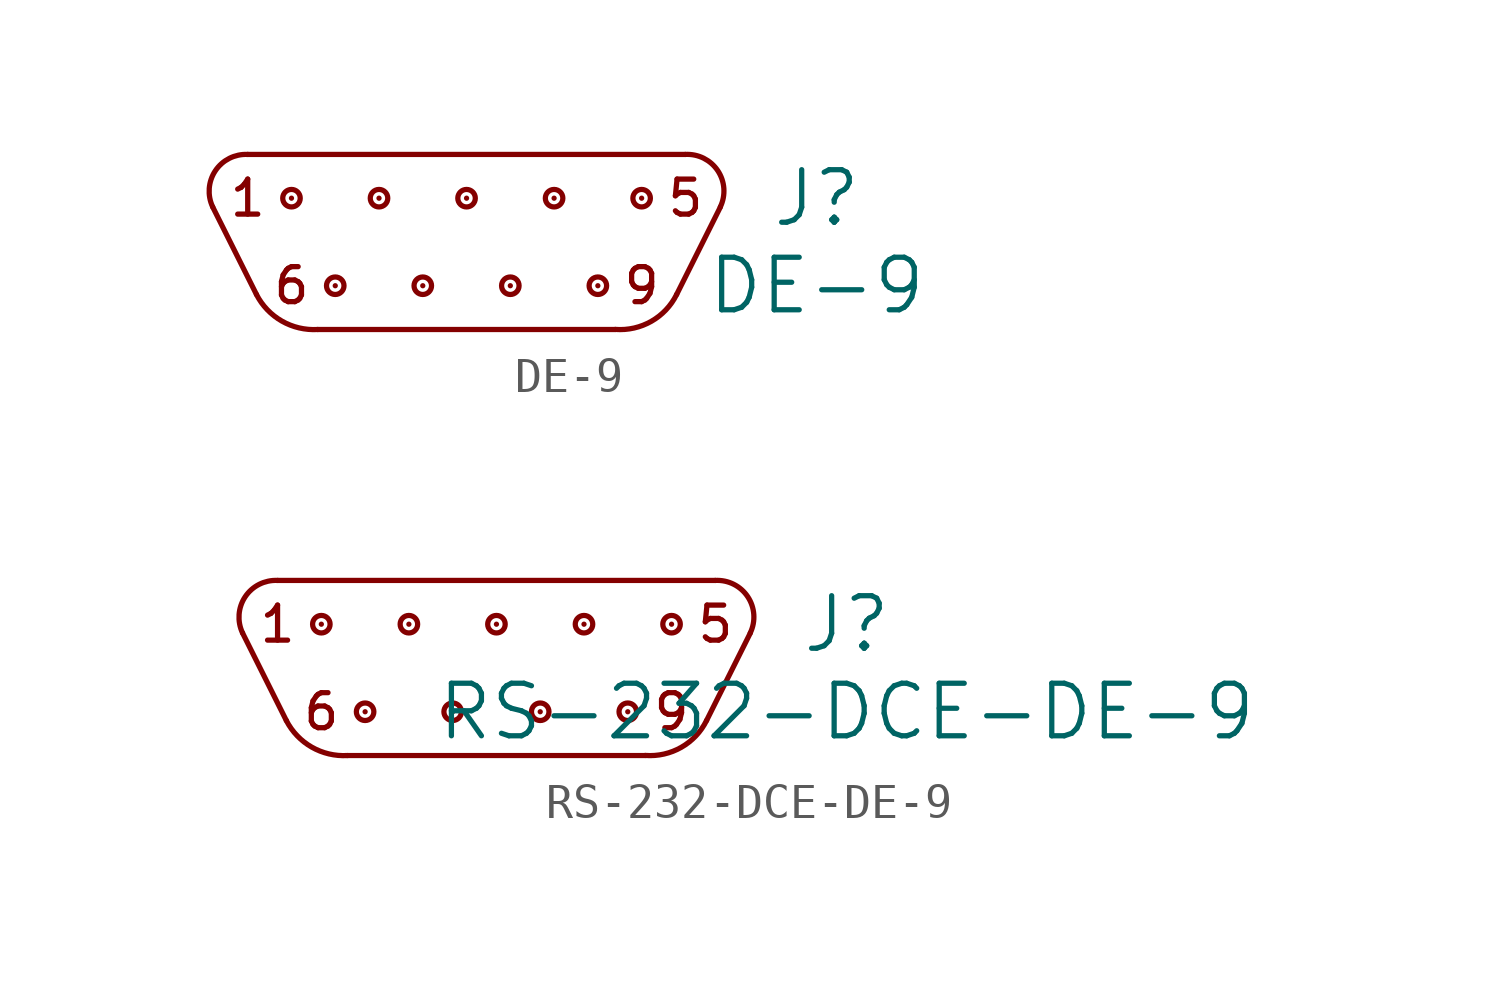
<source format=kicad_sym>
(kicad_symbol_lib
  (version 20211014)
  (generator kicad_symbol_editor)
  (symbol "DE-9"
    (pin_numbers hide)
    (pin_names
      (offset 1.016) hide)
    (property "Reference" "J"
      (at 10.16 1.27 0)
      (effects (font (size 1.524 1.524))))
    (property "Value" "DE-9"
      (at 10.16 -1.27 0)
      (effects (font (size 1.524 1.524))))
    (symbol "DE-9_0_0"
      (arc (start -6.35 2.54) (mid -7.2894 2.0656) (end -7.366 1.016) (stroke (width 0) (type default) (color 0 0 0 0)) (fill (type none)))
      (arc (start -6.096 -1.524) (mid -5.3582 -2.2965) (end -4.318 -2.54) (stroke (width 0) (type default) (color 0 0 0 0)) (fill (type none)))
      (polyline (pts (xy -7.366 1.016) (xy -6.096 -1.524)) (stroke (width 0) (type default) (color 0 0 0 0)) (fill (type none)))
      (polyline (pts (xy -6.35 2.54) (xy 6.35 2.54)) (stroke (width 0) (type default) (color 0 0 0 0)) (fill (type none)))
      (polyline (pts (xy -4.318 -2.54) (xy 4.318 -2.54)) (stroke (width 0) (type default) (color 0 0 0 0)) (fill (type none)))
      (polyline (pts (xy 7.366 1.016) (xy 6.096 -1.524)) (stroke (width 0) (type default) (color 0 0 0 0)) (fill (type none)))
      (arc (start 4.318 -2.54) (mid 5.3616 -2.3026) (end 6.096 -1.524) (stroke (width 0) (type default) (color 0 0 0 0)) (fill (type none)))
      (arc (start 7.366 1.016) (mid 7.2894 2.0656) (end 6.35 2.54) (stroke (width 0) (type default) (color 0 0 0 0)) (fill (type none)))
      (text "1" (at -6.35 1.27 0) (effects (font (size 1.016 1.016))))
      (text "5" (at 6.35 1.27 0) (effects (font (size 1.016 1.016))))
      (text "6" (at -5.08 -1.27 0) (effects (font (size 1.016 1.016))))
      (text "9" (at 5.08 -1.27 0) (effects (font (size 1.016 1.016)))))
    (symbol "DE-9_0_1"
      (circle (center -5.08 1.27) (radius 0.254) (stroke (width 0) (type default) (color 0 0 0 0)) (fill (type none)))
      (circle (center -3.81 -1.27) (radius 0.254) (stroke (width 0) (type default) (color 0 0 0 0)) (fill (type none)))
      (circle (center -2.54 1.27) (radius 0.254) (stroke (width 0) (type default) (color 0 0 0 0)) (fill (type none)))
      (circle (center -1.27 -1.27) (radius 0.254) (stroke (width 0) (type default) (color 0 0 0 0)) (fill (type none)))
      (circle (center 0 1.27) (radius 0.254) (stroke (width 0) (type default) (color 0 0 0 0)) (fill (type none)))
      (circle (center 1.27 -1.27) (radius 0.254) (stroke (width 0) (type default) (color 0 0 0 0)) (fill (type none)))
      (circle (center 2.54 1.27) (radius 0.254) (stroke (width 0) (type default) (color 0 0 0 0)) (fill (type none)))
      (circle (center 3.81 -1.27) (radius 0.254) (stroke (width 0) (type default) (color 0 0 0 0)) (fill (type none)))
      (circle (center 5.08 1.27) (radius 0.254) (stroke (width 0) (type default) (color 0 0 0 0)) (fill (type none))))
    (symbol "DE-9_1_1"
      (pin passive line (at -5.08 1.27 90) (length 0) (name "~" (effects (font (size 1.27 1.27)))) (number "1" (effects (font (size 1.27 1.27)))))
      (pin passive line (at -2.54 1.27 90) (length 0) (name "~" (effects (font (size 1.27 1.27)))) (number "2" (effects (font (size 1.27 1.27)))))
      (pin passive line (at 0 1.27 90) (length 0) (name "~" (effects (font (size 1.27 1.27)))) (number "3" (effects (font (size 1.27 1.27)))))
      (pin passive line (at 2.54 1.27 90) (length 0) (name "~" (effects (font (size 1.27 1.27)))) (number "4" (effects (font (size 1.27 1.27)))))
      (pin passive line (at 5.08 1.27 90) (length 0) (name "~" (effects (font (size 1.27 1.27)))) (number "5" (effects (font (size 1.27 1.27)))))
      (pin passive line (at -3.81 -1.27 90) (length 0) (name "~" (effects (font (size 1.27 1.27)))) (number "6" (effects (font (size 1.27 1.27)))))
      (pin passive line (at -1.27 -1.27 90) (length 0) (name "~" (effects (font (size 1.27 1.27)))) (number "7" (effects (font (size 1.27 1.27)))))
      (pin passive line (at 1.27 -1.27 90) (length 0) (name "~" (effects (font (size 1.27 1.27)))) (number "8" (effects (font (size 1.27 1.27)))))
      (pin passive line (at 3.81 -1.27 90) (length 0) (name "~" (effects (font (size 1.27 1.27)))) (number "9" (effects (font (size 1.27 1.27)))))))
  (symbol "RS-232-DCE-DE-9"
    (pin_numbers hide)
    (pin_names
      (offset 1.016) hide)
    (property "Reference" "J"
      (at 10.16 1.27 0)
      (effects (font (size 1.524 1.524))))
    (property "Value" "RS-232-DCE-DE-9"
      (at 10.16 -1.27 0)
      (effects (font (size 1.524 1.524))))
    (symbol "RS-232-DCE-DE-9_0_0"
      (arc (start -6.35 2.54) (mid -7.2894 2.0656) (end -7.366 1.016) (stroke (width 0) (type default) (color 0 0 0 0)) (fill (type none)))
      (arc (start -6.096 -1.524) (mid -5.3582 -2.2965) (end -4.318 -2.54) (stroke (width 0) (type default) (color 0 0 0 0)) (fill (type none)))
      (polyline (pts (xy -7.366 1.016) (xy -6.096 -1.524)) (stroke (width 0) (type default) (color 0 0 0 0)) (fill (type none)))
      (polyline (pts (xy -6.35 2.54) (xy 6.35 2.54)) (stroke (width 0) (type default) (color 0 0 0 0)) (fill (type none)))
      (polyline (pts (xy -4.318 -2.54) (xy 4.318 -2.54)) (stroke (width 0) (type default) (color 0 0 0 0)) (fill (type none)))
      (polyline (pts (xy 7.366 1.016) (xy 6.096 -1.524)) (stroke (width 0) (type default) (color 0 0 0 0)) (fill (type none)))
      (arc (start 4.318 -2.54) (mid 5.3616 -2.3026) (end 6.096 -1.524) (stroke (width 0) (type default) (color 0 0 0 0)) (fill (type none)))
      (arc (start 7.366 1.016) (mid 7.2894 2.0656) (end 6.35 2.54) (stroke (width 0) (type default) (color 0 0 0 0)) (fill (type none)))
      (text "1" (at -6.35 1.27 0) (effects (font (size 1.016 1.016))))
      (text "5" (at 6.35 1.27 0) (effects (font (size 1.016 1.016))))
      (text "6" (at -5.08 -1.27 0) (effects (font (size 1.016 1.016))))
      (text "9" (at 5.08 -1.27 0) (effects (font (size 1.016 1.016)))))
    (symbol "RS-232-DCE-DE-9_0_1"
      (circle (center -5.08 1.27) (radius 0.254) (stroke (width 0) (type default) (color 0 0 0 0)) (fill (type none)))
      (circle (center -3.81 -1.27) (radius 0.254) (stroke (width 0) (type default) (color 0 0 0 0)) (fill (type none)))
      (circle (center -2.54 1.27) (radius 0.254) (stroke (width 0) (type default) (color 0 0 0 0)) (fill (type none)))
      (circle (center -1.27 -1.27) (radius 0.254) (stroke (width 0) (type default) (color 0 0 0 0)) (fill (type none)))
      (circle (center 0 1.27) (radius 0.254) (stroke (width 0) (type default) (color 0 0 0 0)) (fill (type none)))
      (circle (center 1.27 -1.27) (radius 0.254) (stroke (width 0) (type default) (color 0 0 0 0)) (fill (type none)))
      (circle (center 2.54 1.27) (radius 0.254) (stroke (width 0) (type default) (color 0 0 0 0)) (fill (type none)))
      (circle (center 3.81 -1.27) (radius 0.254) (stroke (width 0) (type default) (color 0 0 0 0)) (fill (type none)))
      (circle (center 5.08 1.27) (radius 0.254) (stroke (width 0) (type default) (color 0 0 0 0)) (fill (type none))))
    (symbol "RS-232-DCE-DE-9_1_1"
      (pin input line (at -5.08 1.27 90) (length 0) (name "~" (effects (font (size 1.27 1.27)))) (number "1" (effects (font (size 1.27 1.27)))))
      (pin input line (at -2.54 1.27 90) (length 0) (name "~" (effects (font (size 1.27 1.27)))) (number "2" (effects (font (size 1.27 1.27)))))
      (pin output line (at 0 1.27 90) (length 0) (name "~" (effects (font (size 1.27 1.27)))) (number "3" (effects (font (size 1.27 1.27)))))
      (pin output line (at 2.54 1.27 90) (length 0) (name "~" (effects (font (size 1.27 1.27)))) (number "4" (effects (font (size 1.27 1.27)))))
      (pin power_in line (at 5.08 1.27 90) (length 0) (name "~" (effects (font (size 1.27 1.27)))) (number "5" (effects (font (size 1.27 1.27)))))
      (pin input line (at -3.81 -1.27 90) (length 0) (name "~" (effects (font (size 1.27 1.27)))) (number "6" (effects (font (size 1.27 1.27)))))
      (pin output line (at -1.27 -1.27 90) (length 0) (name "~" (effects (font (size 1.27 1.27)))) (number "7" (effects (font (size 1.27 1.27)))))
      (pin input line (at 1.27 -1.27 90) (length 0) (name "~" (effects (font (size 1.27 1.27)))) (number "8" (effects (font (size 1.27 1.27)))))
      (pin input line (at 3.81 -1.27 90) (length 0) (name "~" (effects (font (size 1.27 1.27)))) (number "9" (effects (font (size 1.27 1.27))))))))
</source>
